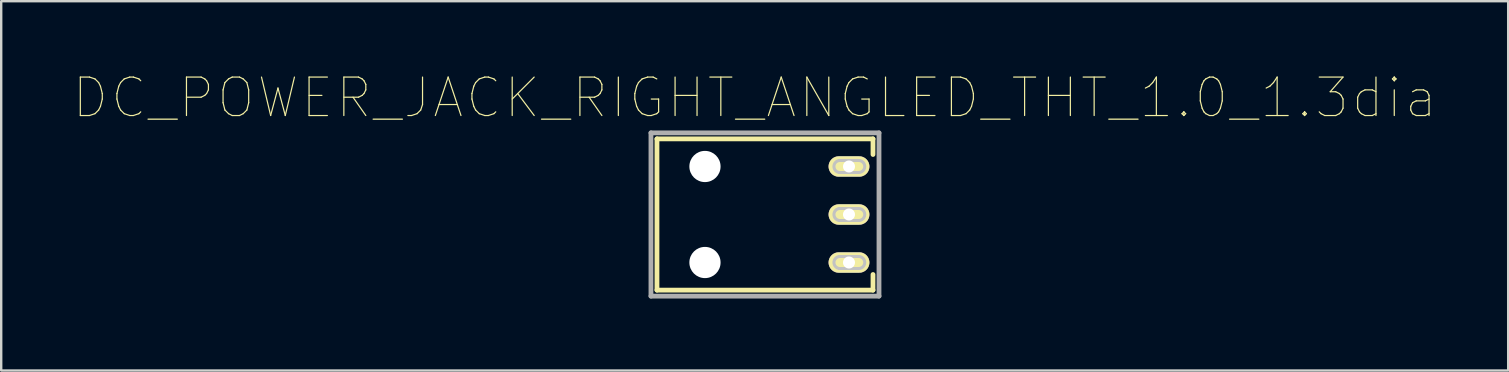
<source format=kicad_pcb>
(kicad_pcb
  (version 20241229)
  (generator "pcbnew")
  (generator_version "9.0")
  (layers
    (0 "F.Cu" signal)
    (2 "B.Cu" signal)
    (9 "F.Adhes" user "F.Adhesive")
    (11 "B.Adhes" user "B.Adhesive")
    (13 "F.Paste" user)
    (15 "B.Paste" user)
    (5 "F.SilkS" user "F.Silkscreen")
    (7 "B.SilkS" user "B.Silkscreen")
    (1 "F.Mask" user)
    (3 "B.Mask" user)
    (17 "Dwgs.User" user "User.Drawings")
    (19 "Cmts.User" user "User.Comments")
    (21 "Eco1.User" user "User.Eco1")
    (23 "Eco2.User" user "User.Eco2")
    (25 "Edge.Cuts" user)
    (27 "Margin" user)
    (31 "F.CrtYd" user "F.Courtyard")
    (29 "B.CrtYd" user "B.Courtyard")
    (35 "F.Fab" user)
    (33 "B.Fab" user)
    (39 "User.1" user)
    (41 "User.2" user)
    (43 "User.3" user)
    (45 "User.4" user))
  (footprint "DC_POWER_JACK_RIGHT_ANGLED_THT_1.0_1.3dia"
    (layer "F.Cu")
    (at 32.319 3.886)
    (property "Reference" "DC_POWER_JACK_RIGHT_ANGLED_THT_1.0_1.3dia" (at -3.929 -2.862 0) (layer "F.SilkS") (effects (font (size 1.601 1.601) (thickness 0.05))))
    (attr through_hole)
    (fp_line (start -8 -1.15) (end 1 -1.15) (stroke (width 0.2) (type solid)) (layer "F.SilkS"))
    (fp_line (start -8 5.15) (end -8 -1.15) (stroke (width 0.2) (type solid)) (layer "F.SilkS"))
    (fp_line (start -8 5.15) (end 1 5.15) (stroke (width 0.2) (type solid)) (layer "F.SilkS"))
    (fp_line (start 1 -0.5) (end 1 -1.15) (stroke (width 0.2) (type solid)) (layer "F.SilkS"))
    (fp_line (start 1 5.15) (end 1 4.5) (stroke (width 0.2) (type solid)) (layer "F.SilkS"))
    (fp_line (start -0.4 -0.25) (end 0.4 -0.25) (stroke (width 0.127) (type solid)) (layer "Dwgs.User"))
    (fp_line (start -0.4 1.75) (end 0.4 1.75) (stroke (width 0.127) (type solid)) (layer "Dwgs.User"))
    (fp_line (start -0.4 3.75) (end 0.4 3.75) (stroke (width 0.127) (type solid)) (layer "Dwgs.User"))
    (fp_line (start 0.4 0.25) (end -0.4 0.25) (stroke (width 0.127) (type solid)) (layer "Dwgs.User"))
    (fp_line (start 0.4 2.25) (end -0.4 2.25) (stroke (width 0.127) (type solid)) (layer "Dwgs.User"))
    (fp_line (start 0.4 4.25) (end -0.4 4.25) (stroke (width 0.127) (type solid)) (layer "Dwgs.User"))
    (fp_arc (start -0.4 0.25) (mid -0.626255 0.000182) (end -0.400362 -0.249964) (stroke (width 0.127) (type solid)) (layer "Dwgs.User"))
    (fp_arc (start -0.4 2.25) (mid -0.626255 2.000182) (end -0.400362 1.750036) (stroke (width 0.127) (type solid)) (layer "Dwgs.User"))
    (fp_arc (start -0.4 4.25) (mid -0.626255 4.000182) (end -0.400362 3.750036) (stroke (width 0.127) (type solid)) (layer "Dwgs.User"))
    (fp_arc (start 0.400401 -0.250008) (mid 0.655051 0.000201) (end 0.4 0.25) (stroke (width 0.127) (type solid)) (layer "Dwgs.User"))
    (fp_arc (start 0.400401 1.749992) (mid 0.655051 2.000201) (end 0.4 2.25) (stroke (width 0.127) (type solid)) (layer "Dwgs.User"))
    (fp_arc (start 0.400401 3.749992) (mid 0.655051 4.000201) (end 0.4 4.25) (stroke (width 0.127) (type solid)) (layer "Dwgs.User"))
    (fp_line (start -8.25 -1.4) (end -8.25 5.4) (stroke (width 0.2) (type solid)) (layer "F.Fab"))
    (fp_line (start -8.25 -1.4) (end 1.25 -1.4) (stroke (width 0.2) (type solid)) (layer "F.Fab"))
    (fp_line (start -8.25 5.4) (end 1.25 5.4) (stroke (width 0.2) (type solid)) (layer "F.Fab"))
    (fp_line (start 1.25 -1.4) (end 1.25 5.4) (stroke (width 0.2) (type solid)) (layer "F.Fab"))
    (pad "" np_thru_hole circle (at -6 0) (size 1.3 1.3) (drill 1.3) (layers "B.Cu"))
    (pad "" np_thru_hole circle (at -6 4) (size 1.3 1.3) (drill 1.3) (layers "*.Cu"))
    (pad "1" thru_hole oval (at 0 2) (size 1.7 0.85) (drill 0.5) (layers "*.Cu" "*.Mask" "F.SilkS"))
    (pad "2" thru_hole oval (at 0 0) (size 1.7 0.85) (drill 0.5) (layers "*.Cu" "*.Mask" "F.SilkS"))
    (pad "3" thru_hole oval (at 0 4) (size 1.7 0.85) (drill 0.5) (layers "*.Cu" "*.Mask" "F.SilkS")))
  (gr_rect
    (start -3 -3)
    (end 59.781 12.386)
    (stroke (width 0.1) (type default))
    (fill no)
    (layer "Edge.Cuts")))
</source>
